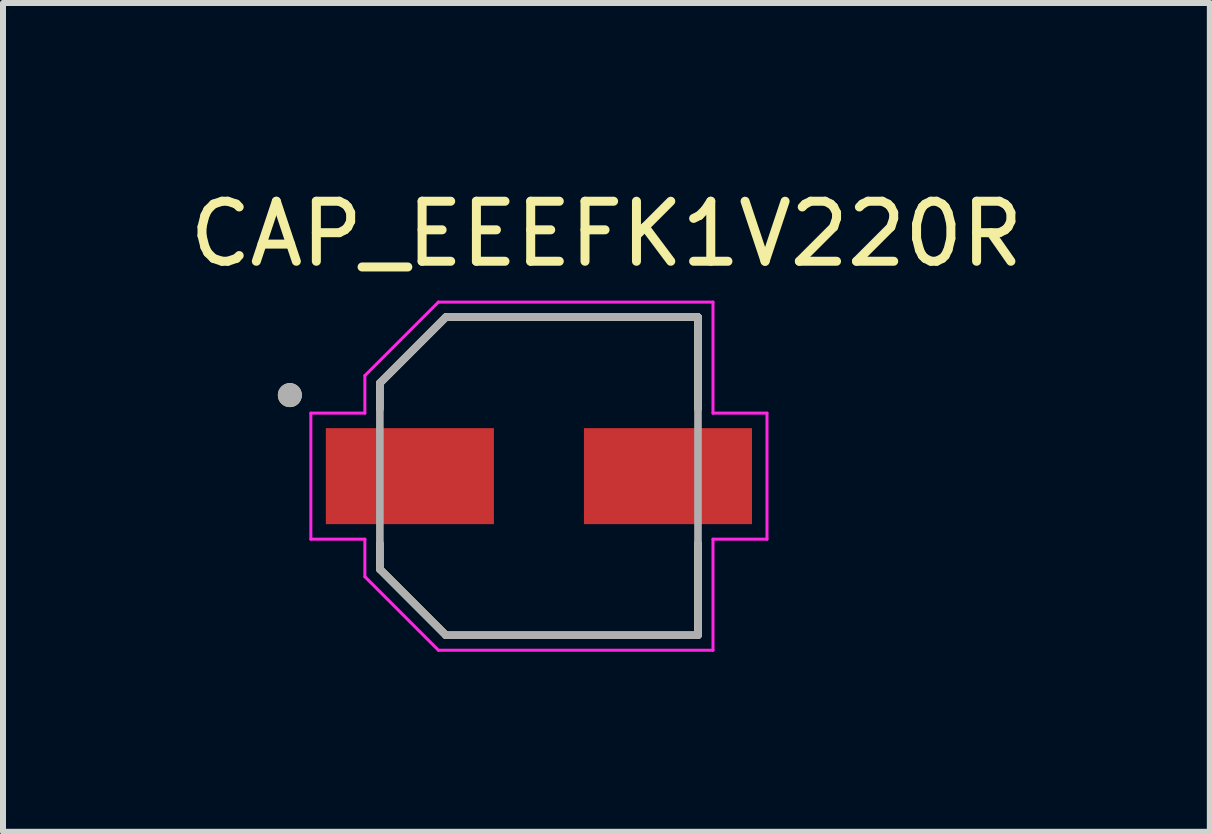
<source format=kicad_pcb>
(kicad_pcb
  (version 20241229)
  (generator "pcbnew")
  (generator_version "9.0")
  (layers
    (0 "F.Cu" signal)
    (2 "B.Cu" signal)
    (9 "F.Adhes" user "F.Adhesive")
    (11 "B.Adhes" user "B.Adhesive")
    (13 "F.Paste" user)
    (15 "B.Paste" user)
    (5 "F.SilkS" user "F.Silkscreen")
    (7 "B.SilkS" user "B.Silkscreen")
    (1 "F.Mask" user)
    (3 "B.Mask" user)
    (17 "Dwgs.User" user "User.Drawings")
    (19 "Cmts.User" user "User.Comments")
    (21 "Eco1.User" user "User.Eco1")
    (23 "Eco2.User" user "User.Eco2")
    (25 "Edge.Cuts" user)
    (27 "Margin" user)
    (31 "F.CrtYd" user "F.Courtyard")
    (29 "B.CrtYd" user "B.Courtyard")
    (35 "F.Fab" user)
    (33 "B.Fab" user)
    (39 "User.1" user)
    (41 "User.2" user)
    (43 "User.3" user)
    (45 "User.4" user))
  (footprint "CAP_EEEFK1V220R"
    (layer "F.Cu")
    (at 5.929 4.883)
    (property "Reference" "CAP_EEEFK1V220R" (at 1.125 -4.035 0) (layer "F.SilkS") (effects (font (size 1 1) (thickness 0.15))))
    (attr smd)
    (fp_line (start -2.65 -1.55) (end -2.65 -1.12) (stroke (width 0.127) (type solid)) (layer "F.SilkS"))
    (fp_line (start -2.65 1.12) (end -2.65 1.55) (stroke (width 0.127) (type solid)) (layer "F.SilkS"))
    (fp_line (start -2.65 1.55) (end -1.55 2.65) (stroke (width 0.127) (type solid)) (layer "F.SilkS"))
    (fp_line (start -1.55 -2.65) (end -2.65 -1.55) (stroke (width 0.127) (type solid)) (layer "F.SilkS"))
    (fp_line (start -1.55 2.65) (end 2.65 2.65) (stroke (width 0.127) (type solid)) (layer "F.SilkS"))
    (fp_line (start 2.65 -2.65) (end -1.55 -2.65) (stroke (width 0.127) (type solid)) (layer "F.SilkS"))
    (fp_line (start 2.65 -1.12) (end 2.65 -2.65) (stroke (width 0.127) (type solid)) (layer "F.SilkS"))
    (fp_line (start 2.65 2.65) (end 2.65 1.12) (stroke (width 0.127) (type solid)) (layer "F.SilkS"))
    (fp_circle (center -4.15 -1.35) (end -4.05 -1.35) (stroke (width 0.2) (type solid)) (fill no) (layer "F.SilkS"))
    (fp_line (start -3.8 -1.05) (end -2.9 -1.05) (stroke (width 0.05) (type solid)) (layer "F.CrtYd"))
    (fp_line (start -3.8 1.05) (end -3.8 -1.05) (stroke (width 0.05) (type solid)) (layer "F.CrtYd"))
    (fp_line (start -2.9 -1.675) (end -1.675 -2.9) (stroke (width 0.05) (type solid)) (layer "F.CrtYd"))
    (fp_line (start -2.9 -1.05) (end -2.9 -1.675) (stroke (width 0.05) (type solid)) (layer "F.CrtYd"))
    (fp_line (start -2.9 1.05) (end -3.8 1.05) (stroke (width 0.05) (type solid)) (layer "F.CrtYd"))
    (fp_line (start -2.9 1.675) (end -2.9 1.05) (stroke (width 0.05) (type solid)) (layer "F.CrtYd"))
    (fp_line (start -1.675 -2.9) (end 2.9 -2.9) (stroke (width 0.05) (type solid)) (layer "F.CrtYd"))
    (fp_line (start -1.675 2.9) (end -2.9 1.675) (stroke (width 0.05) (type solid)) (layer "F.CrtYd"))
    (fp_line (start 2.9 -2.9) (end 2.9 -1.05) (stroke (width 0.05) (type solid)) (layer "F.CrtYd"))
    (fp_line (start 2.9 -1.05) (end 3.8 -1.05) (stroke (width 0.05) (type solid)) (layer "F.CrtYd"))
    (fp_line (start 2.9 1.05) (end 2.9 2.9) (stroke (width 0.05) (type solid)) (layer "F.CrtYd"))
    (fp_line (start 2.9 2.9) (end -1.675 2.9) (stroke (width 0.05) (type solid)) (layer "F.CrtYd"))
    (fp_line (start 3.8 -1.05) (end 3.8 1.05) (stroke (width 0.05) (type solid)) (layer "F.CrtYd"))
    (fp_line (start 3.8 1.05) (end 2.9 1.05) (stroke (width 0.05) (type solid)) (layer "F.CrtYd"))
    (fp_line (start -2.65 -1.55) (end -2.65 1.55) (stroke (width 0.127) (type solid)) (layer "F.Fab"))
    (fp_line (start -2.65 1.55) (end -1.55 2.65) (stroke (width 0.127) (type solid)) (layer "F.Fab"))
    (fp_line (start -1.55 -2.65) (end -2.65 -1.55) (stroke (width 0.127) (type solid)) (layer "F.Fab"))
    (fp_line (start -1.55 2.65) (end 2.65 2.65) (stroke (width 0.127) (type solid)) (layer "F.Fab"))
    (fp_line (start 2.65 -2.65) (end -1.55 -2.65) (stroke (width 0.127) (type solid)) (layer "F.Fab"))
    (fp_line (start 2.65 2.65) (end 2.65 -2.65) (stroke (width 0.127) (type solid)) (layer "F.Fab"))
    (fp_circle (center -4.15 -1.35) (end -4.05 -1.35) (stroke (width 0.2) (type solid)) (fill no) (layer "F.Fab"))
    (pad "1" smd rect (at -2.15 0) (size 2.8 1.6) (layers "F.Cu" "F.Mask" "F.Paste"))
    (pad "2" smd rect (at 2.15 0) (size 2.8 1.6) (layers "F.Cu" "F.Mask" "F.Paste")))
  (gr_rect
    (start -3 -3)
    (end 17.107 10.808)
    (stroke (width 0.1) (type default))
    (fill no)
    (layer "Edge.Cuts")))
</source>
